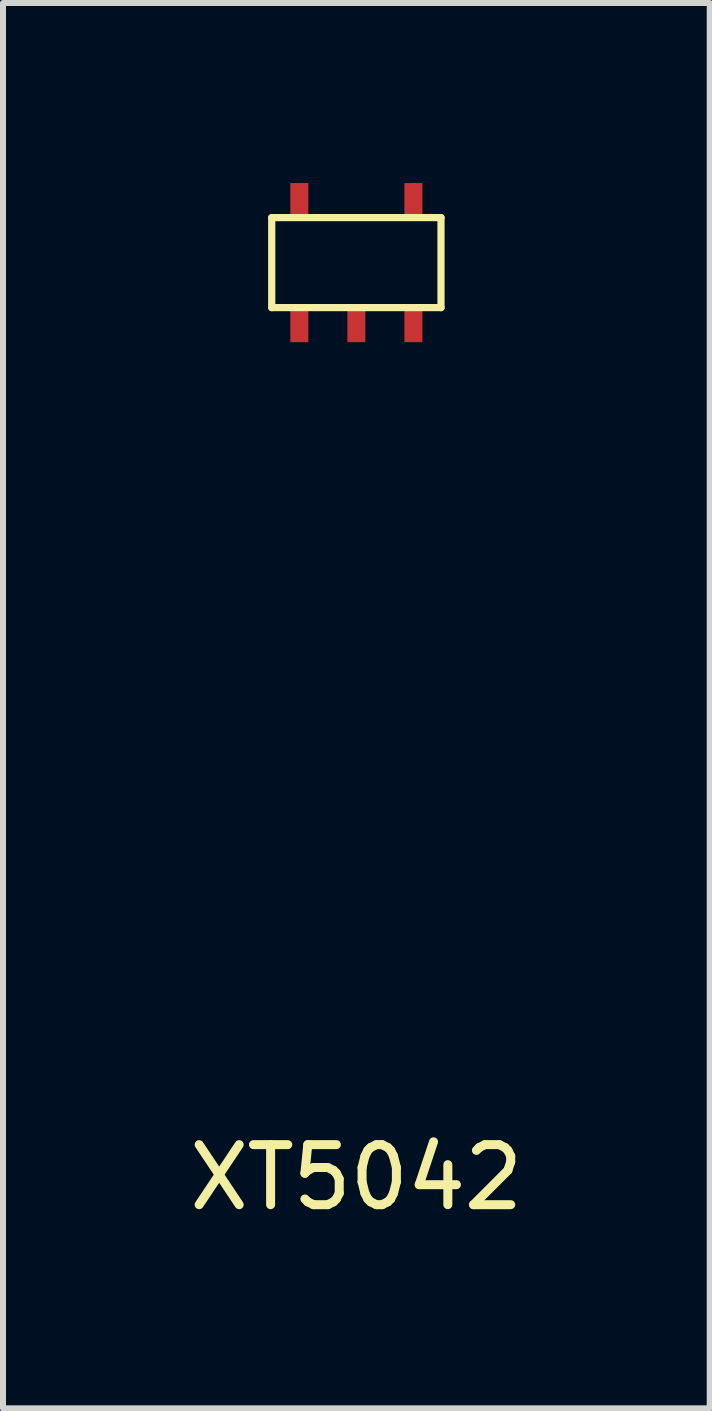
<source format=kicad_pcb>
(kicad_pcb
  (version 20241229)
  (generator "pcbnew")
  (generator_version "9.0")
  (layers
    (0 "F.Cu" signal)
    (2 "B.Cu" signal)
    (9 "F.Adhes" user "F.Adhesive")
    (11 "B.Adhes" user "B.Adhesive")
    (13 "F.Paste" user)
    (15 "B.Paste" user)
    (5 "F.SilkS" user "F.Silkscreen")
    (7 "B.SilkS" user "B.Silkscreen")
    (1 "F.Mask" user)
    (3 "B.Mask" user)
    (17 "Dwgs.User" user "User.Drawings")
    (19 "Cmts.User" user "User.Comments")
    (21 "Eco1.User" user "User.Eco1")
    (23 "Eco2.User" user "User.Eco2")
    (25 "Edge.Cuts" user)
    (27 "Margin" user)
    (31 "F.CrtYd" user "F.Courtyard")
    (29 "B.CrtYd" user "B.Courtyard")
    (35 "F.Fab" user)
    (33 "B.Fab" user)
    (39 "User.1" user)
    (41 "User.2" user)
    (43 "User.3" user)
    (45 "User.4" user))
  (footprint "XT5042"
    (layer "F.Cu")
    (at 2.887 1.325)
    (property "Reference" "XT5042" (at 0 15.24 0) (layer "F.SilkS") (effects (font (size 1 1) (thickness 0.15))))
    (attr through_hole)
    (fp_line (start -1.41 -0.75) (end -1.41 0.75) (stroke (width 0.12) (type solid)) (layer "F.SilkS"))
    (fp_line (start -1.41 -0.75) (end 1.41 -0.75) (stroke (width 0.12) (type solid)) (layer "F.SilkS"))
    (fp_line (start -1.41 0.75) (end 1.41 0.75) (stroke (width 0.12) (type solid)) (layer "F.SilkS"))
    (fp_line (start 1.41 -0.75) (end 1.41 0.75) (stroke (width 0.12) (type solid)) (layer "F.SilkS"))
    (pad "1" smd rect (at -0.95 -1.038) (size 0.3 0.575) (layers "F.Cu" "F.Mask" "F.Paste"))
    (pad "1" smd rect (at -0.95 1.038) (size 0.3 0.575) (layers "F.Cu" "F.Mask" "F.Paste"))
    (pad "1" smd rect (at 0 1.038) (size 0.3 0.575) (layers "F.Cu" "F.Mask" "F.Paste"))
    (pad "1" smd rect (at 0.95 -1.038) (size 0.3 0.575) (layers "F.Cu" "F.Mask" "F.Paste"))
    (pad "1" smd rect (at 0.95 1.038) (size 0.3 0.575) (layers "F.Cu" "F.Mask" "F.Paste")))
  (gr_rect
    (start -3 -3)
    (end 8.774 20.413)
    (stroke (width 0.1) (type default))
    (fill no)
    (layer "Edge.Cuts")))
</source>
